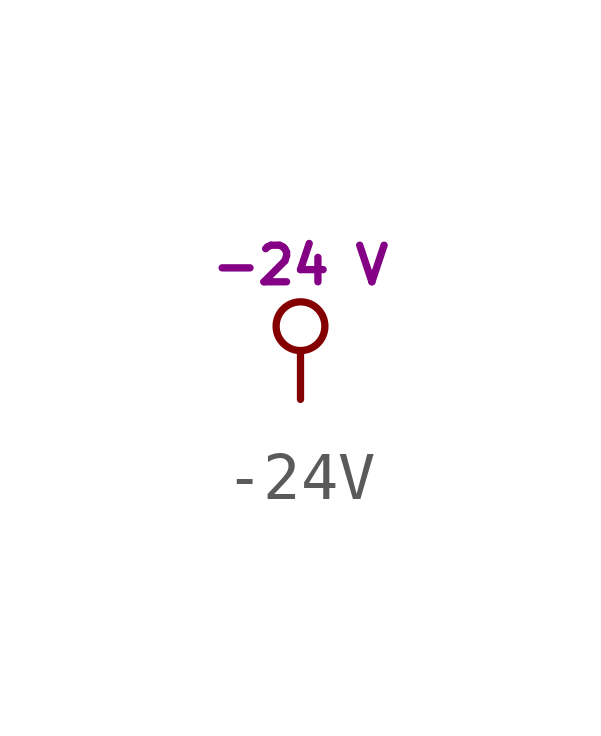
<source format=kicad_sym>
(kicad_symbol_lib
  (version 20211014)
  (generator kicad_symbol_editor)
  (symbol "-24V"
    (power)
    (pin_numbers hide)
    (pin_names
      (offset 0))
    (property "Reference" "#PWR"
      (at 0 3.556 0)
      (effects (font (size 0.508 0.508)) hide))
    (property "Footprint" ""
      (at 0 0 0)
      (effects (font (size 1.524 1.524))))
    (property "Datasheet" ""
      (at 0 3.556 0)
      (effects (font (size 1.524 1.524))))
    (property "Unit" "-24 V"
      (at 0 2.794 0)
      (effects (font (size 0.762 0.762))))
    (symbol "-24V_0_0"
      (polyline (pts (xy 0 0) (xy 0 1.016) (xy 0 1.016)) (stroke (width 0) (type default) (color 0 0 0 0)) (fill (type none)))
      (pin power_in line (at 0 0 90) (length 0) hide (name "-24V" (effects (font (size 0.635 0.635)))) (number "1" (effects (font (size 0.635 0.635))))))
    (symbol "-24V_0_1"
      (circle (center 0 1.524) (radius 0.508) (stroke (width 0) (type default) (color 0 0 0 0)) (fill (type none))))))
</source>
